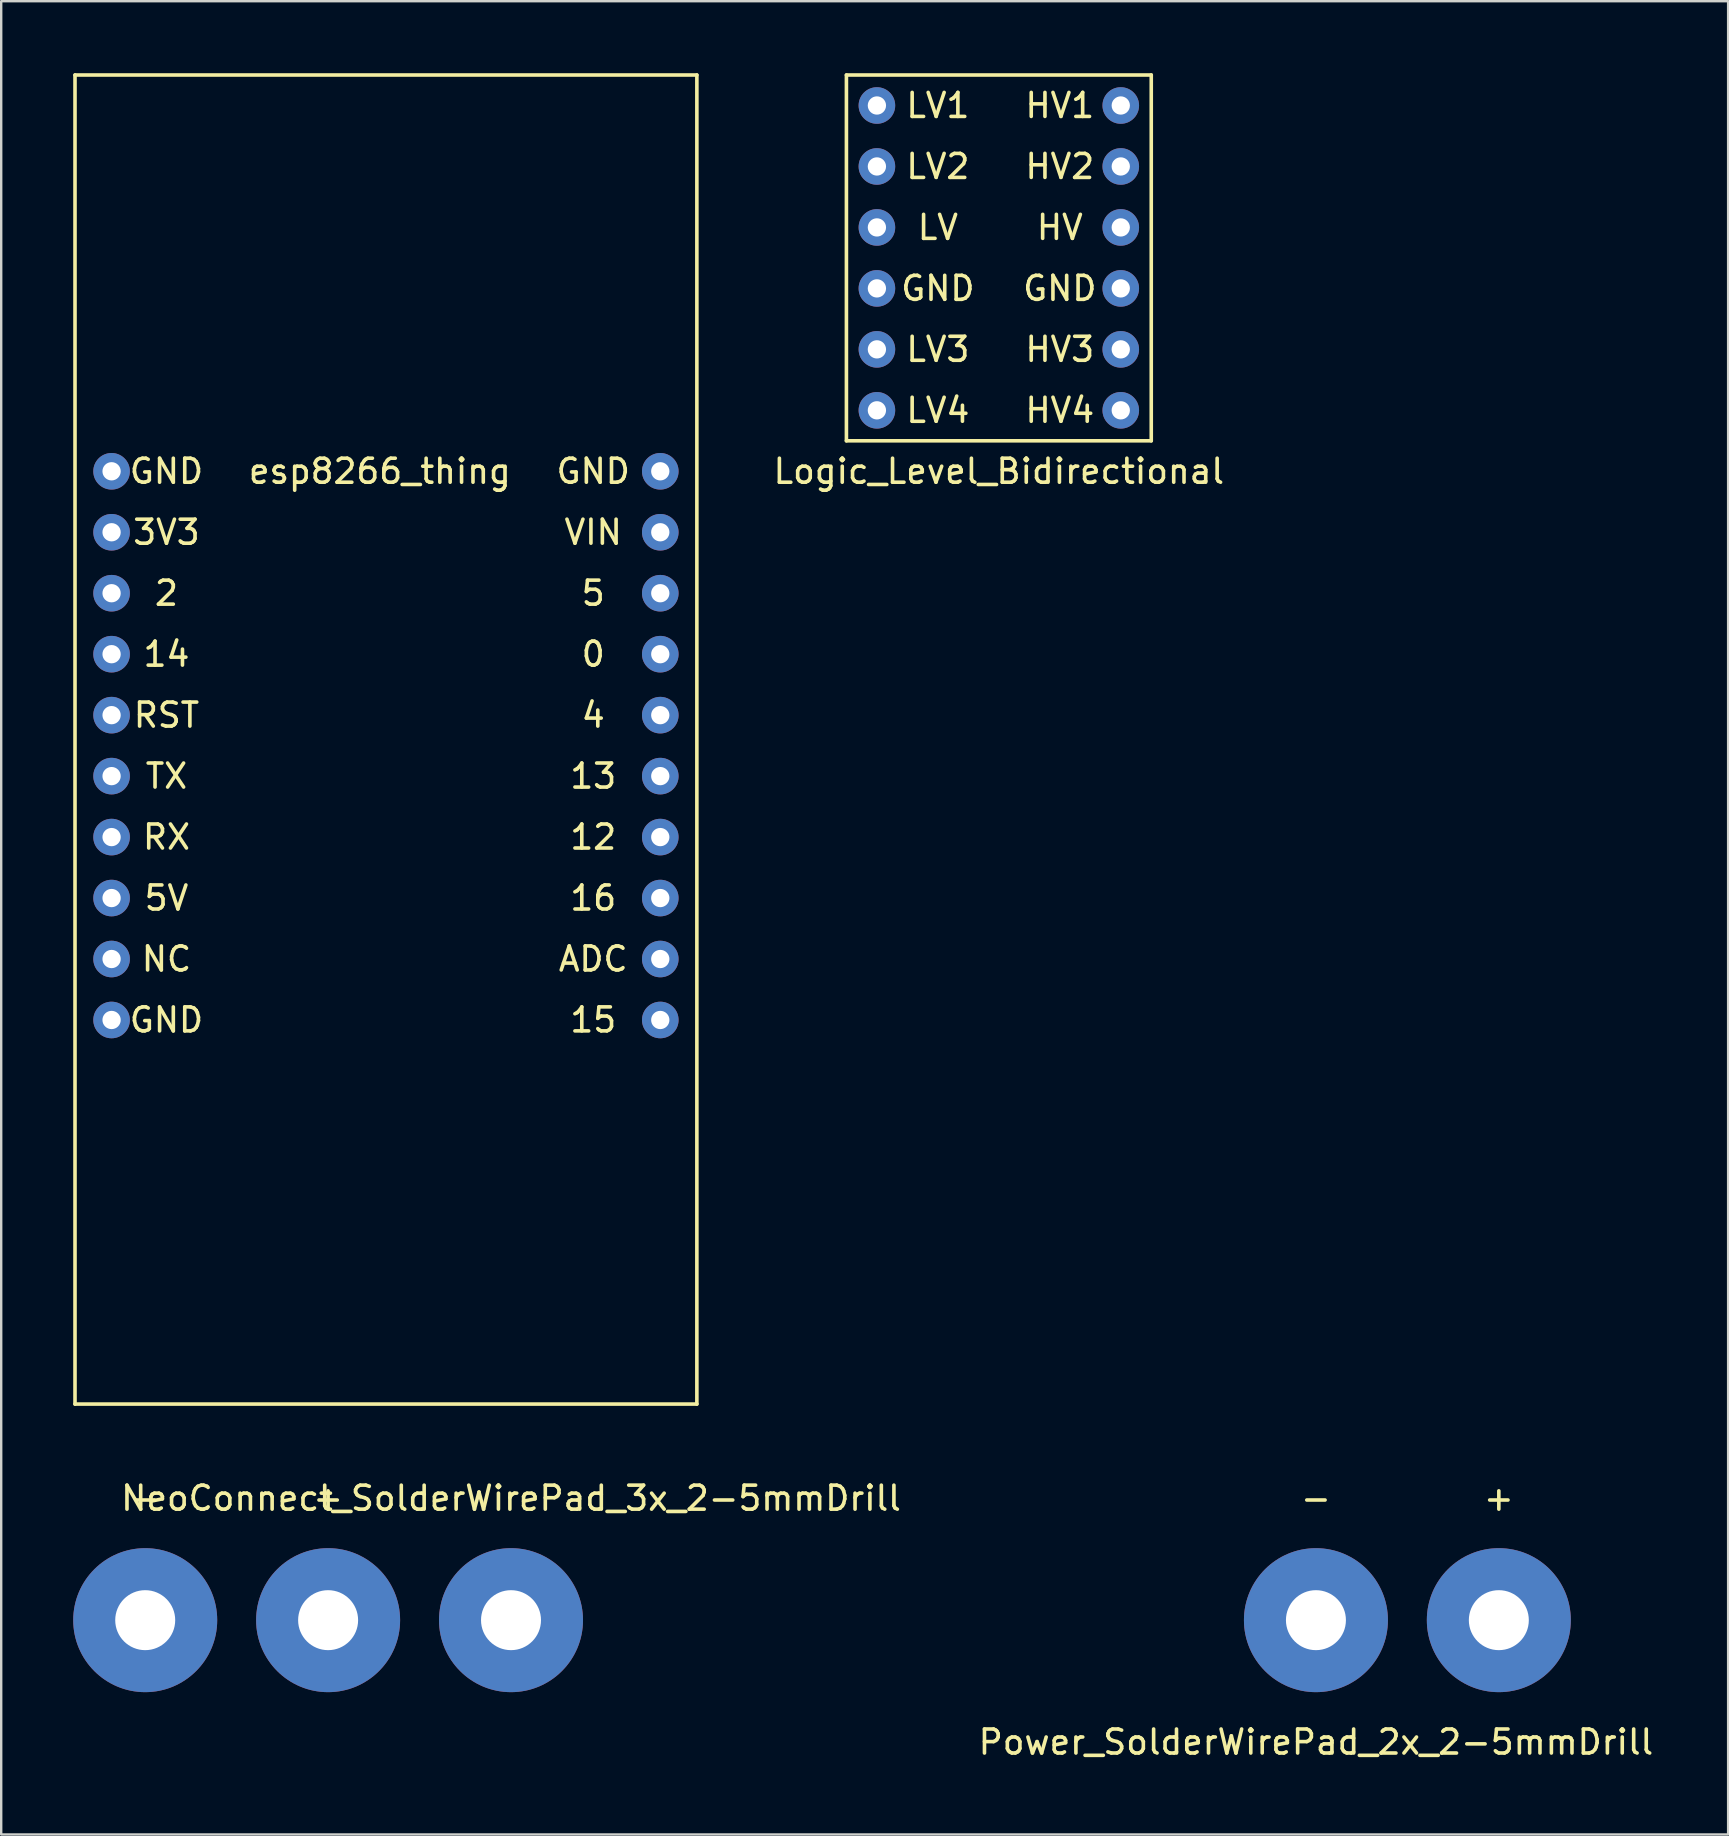
<source format=kicad_pcb>
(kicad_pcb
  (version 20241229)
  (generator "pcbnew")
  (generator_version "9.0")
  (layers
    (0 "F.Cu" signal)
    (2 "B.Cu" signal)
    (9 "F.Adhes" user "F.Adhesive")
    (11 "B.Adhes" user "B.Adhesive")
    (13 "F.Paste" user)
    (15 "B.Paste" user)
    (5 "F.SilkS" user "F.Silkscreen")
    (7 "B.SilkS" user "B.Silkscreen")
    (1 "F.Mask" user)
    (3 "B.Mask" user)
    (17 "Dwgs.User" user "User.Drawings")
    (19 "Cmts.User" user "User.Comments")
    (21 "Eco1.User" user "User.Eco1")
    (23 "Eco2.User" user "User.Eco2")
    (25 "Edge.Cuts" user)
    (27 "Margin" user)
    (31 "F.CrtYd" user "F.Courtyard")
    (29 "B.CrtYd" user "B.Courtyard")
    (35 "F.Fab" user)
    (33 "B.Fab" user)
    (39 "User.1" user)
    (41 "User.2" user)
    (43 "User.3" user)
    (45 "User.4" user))
  (footprint "esp8266_thing"
    (layer "F.Cu")
    (at 1.345 16.585)
    (property "Reference" "esp8266_thing" (at 11.43 0 0) (layer "F.SilkS") (effects (font (size 1 1) (thickness 0.15))))
    (attr through_hole)
    (fp_line (start -1.27 -16.51) (end 24.638 -16.51) (stroke (width 0.15) (type solid)) (layer "F.SilkS"))
    (fp_line (start -1.27 38.862) (end -1.27 -16.51) (stroke (width 0.15) (type solid)) (layer "F.SilkS"))
    (fp_line (start 24.638 -16.51) (end 24.638 38.862) (stroke (width 0.15) (type solid)) (layer "F.SilkS"))
    (fp_line (start 24.638 38.862) (end -1.27 38.862) (stroke (width 0.15) (type solid)) (layer "F.SilkS"))
    (fp_text user "2" (at 2.54 5.08 0) (layer "F.SilkS") (effects (font (size 1 1) (thickness 0.15))))
    (fp_text user "ADC" (at 20.32 20.32 0) (layer "F.SilkS") (effects (font (size 1 1) (thickness 0.15))))
    (fp_text user "0" (at 20.32 7.62 0) (layer "F.SilkS") (effects (font (size 1 1) (thickness 0.15))))
    (fp_text user "GND" (at 20.32 0 0) (layer "F.SilkS") (effects (font (size 1 1) (thickness 0.15))))
    (fp_text user "12" (at 20.32 15.24 0) (layer "F.SilkS") (effects (font (size 1 1) (thickness 0.15))))
    (fp_text user "RST" (at 2.54 10.16 0) (layer "F.SilkS") (effects (font (size 1 1) (thickness 0.15))))
    (fp_text user "RX" (at 2.54 15.24 0) (layer "F.SilkS") (effects (font (size 1 1) (thickness 0.15))))
    (fp_text user "3V3" (at 2.54 2.54 0) (layer "F.SilkS") (effects (font (size 1 1) (thickness 0.15))))
    (fp_text user "4" (at 20.32 10.16 0) (layer "F.SilkS") (effects (font (size 1 1) (thickness 0.15))))
    (fp_text user "VIN" (at 20.32 2.54 0) (layer "F.SilkS") (effects (font (size 1 1) (thickness 0.15))))
    (fp_text user "5V" (at 2.54 17.78 0) (layer "F.SilkS") (effects (font (size 1 1) (thickness 0.15))))
    (fp_text user "TX" (at 2.54 12.7 0) (layer "F.SilkS") (effects (font (size 1 1) (thickness 0.15))))
    (fp_text user "GND" (at 2.54 0 0) (layer "F.SilkS") (effects (font (size 1 1) (thickness 0.15))))
    (fp_text user "13" (at 20.32 12.7 0) (layer "F.SilkS") (effects (font (size 1 1) (thickness 0.15))))
    (fp_text user "14" (at 2.54 7.62 0) (layer "F.SilkS") (effects (font (size 1 1) (thickness 0.15))))
    (fp_text user "16" (at 20.32 17.78 0) (layer "F.SilkS") (effects (font (size 1 1) (thickness 0.15))))
    (fp_text user "5" (at 20.32 5.08 0) (layer "F.SilkS") (effects (font (size 1 1) (thickness 0.15))))
    (fp_text user "15" (at 20.32 22.86 0) (layer "F.SilkS") (effects (font (size 1 1) (thickness 0.15))))
    (fp_text user "NC" (at 2.54 20.32 0) (layer "F.SilkS") (effects (font (size 1 1) (thickness 0.15))))
    (fp_text user "GND" (at 2.54 22.86 0) (layer "F.SilkS") (effects (font (size 1 1) (thickness 0.15))))
    (pad "L1" thru_hole circle (at 0.254 0) (size 1.524 1.524) (drill 0.762) (layers "*.Cu" "*.Mask"))
    (pad "L2" thru_hole circle (at 0.254 2.54) (size 1.524 1.524) (drill 0.762) (layers "*.Cu" "*.Mask"))
    (pad "L3" thru_hole circle (at 0.254 5.08) (size 1.524 1.524) (drill 0.762) (layers "*.Cu" "*.Mask"))
    (pad "L4" thru_hole circle (at 0.254 7.62) (size 1.524 1.524) (drill 0.762) (layers "*.Cu" "*.Mask"))
    (pad "L5" thru_hole circle (at 0.254 10.16) (size 1.524 1.524) (drill 0.762) (layers "*.Cu" "*.Mask"))
    (pad "L6" thru_hole circle (at 0.254 12.7) (size 1.524 1.524) (drill 0.762) (layers "*.Cu" "*.Mask"))
    (pad "L7" thru_hole circle (at 0.254 15.24) (size 1.524 1.524) (drill 0.762) (layers "*.Cu" "*.Mask"))
    (pad "L8" thru_hole circle (at 0.254 17.78) (size 1.524 1.524) (drill 0.762) (layers "*.Cu" "*.Mask"))
    (pad "L9" thru_hole circle (at 0.254 20.32) (size 1.524 1.524) (drill 0.762) (layers "*.Cu" "*.Mask"))
    (pad "L10" thru_hole circle (at 0.254 22.86) (size 1.524 1.524) (drill 0.762) (layers "*.Cu" "*.Mask"))
    (pad "R1" thru_hole circle (at 23.114 0) (size 1.524 1.524) (drill 0.762) (layers "*.Cu" "*.Mask"))
    (pad "R2" thru_hole circle (at 23.114 2.54) (size 1.524 1.524) (drill 0.762) (layers "*.Cu" "*.Mask"))
    (pad "R3" thru_hole circle (at 23.114 5.08) (size 1.524 1.524) (drill 0.762) (layers "*.Cu" "*.Mask"))
    (pad "R4" thru_hole circle (at 23.114 7.62) (size 1.524 1.524) (drill 0.762) (layers "*.Cu" "*.Mask"))
    (pad "R5" thru_hole circle (at 23.114 10.16) (size 1.524 1.524) (drill 0.762) (layers "*.Cu" "*.Mask"))
    (pad "R6" thru_hole circle (at 23.114 12.7) (size 1.524 1.524) (drill 0.762) (layers "*.Cu" "*.Mask"))
    (pad "R7" thru_hole circle (at 23.114 15.24) (size 1.524 1.524) (drill 0.762) (layers "*.Cu" "*.Mask"))
    (pad "R8" thru_hole circle (at 23.114 17.78) (size 1.524 1.524) (drill 0.762) (layers "*.Cu" "*.Mask"))
    (pad "R9" thru_hole circle (at 23.114 20.32) (size 1.524 1.524) (drill 0.762) (layers "*.Cu" "*.Mask"))
    (pad "R10" thru_hole circle (at 23.114 22.86) (size 1.524 1.524) (drill 0.762) (layers "*.Cu" "*.Mask")))
  (footprint "NeoConnect_SolderWirePad_3x_2-5mmDrill"
    (layer "F.Cu")
    (at 10.62 64.45)
    (property "Reference" "NeoConnect_SolderWirePad_3x_2-5mmDrill" (at 7.62 -5.08 0) (layer "F.SilkS") (effects (font (size 1 1) (thickness 0.15))))
    (attr through_hole)
    (fp_text user "-" (at -7.62 -5.08 0) (layer "F.SilkS") (effects (font (size 1 1) (thickness 0.15))))
    (fp_text user "+" (at 0 -5.08 0) (layer "F.SilkS") (effects (font (size 1 1) (thickness 0.15))))
    (pad "1" thru_hole circle (at -7.62 0) (size 5.999 5.999) (drill 2.499) (layers "*.Cu" "*.Mask"))
    (pad "2" thru_hole circle (at 0 0) (size 5.999 5.999) (drill 2.499) (layers "*.Cu" "*.Mask"))
    (pad "3" thru_hole circle (at 7.62 0) (size 5.999 5.999) (drill 2.499) (layers "*.Cu" "*.Mask")))
  (footprint "Power_SolderWirePad_2x_2-5mmDrill"
    (layer "F.Cu")
    (at 59.395 64.45)
    (property "Reference" "Power_SolderWirePad_2x_2-5mmDrill" (at -7.62 5.08 0) (layer "F.SilkS") (effects (font (size 1 1) (thickness 0.15))))
    (attr through_hole)
    (fp_text user "+" (at 0 -5.08 0) (layer "F.SilkS") (effects (font (size 1 1) (thickness 0.15))))
    (fp_text user "-" (at -7.62 -5.08 0) (layer "F.SilkS") (effects (font (size 1 1) (thickness 0.15))))
    (pad "1" thru_hole circle (at -7.62 0) (size 5.999 5.999) (drill 2.499) (layers "*.Cu" "*.Mask"))
    (pad "2" thru_hole circle (at 0 0) (size 5.999 5.999) (drill 2.499) (layers "*.Cu" "*.Mask")))
  (footprint "Logic_Level_Bidirectional"
    (layer "F.Cu")
    (at 33.484 1.345)
    (property "Reference" "Logic_Level_Bidirectional" (at 5.08 15.24 0) (layer "F.SilkS") (effects (font (size 1 1) (thickness 0.15))))
    (attr through_hole)
    (fp_line (start -1.27 -1.27) (end 11.43 -1.27) (stroke (width 0.15) (type solid)) (layer "F.SilkS"))
    (fp_line (start -1.27 13.97) (end -1.27 -1.27) (stroke (width 0.15) (type solid)) (layer "F.SilkS"))
    (fp_line (start 11.43 -1.27) (end 11.43 13.97) (stroke (width 0.15) (type solid)) (layer "F.SilkS"))
    (fp_line (start 11.43 13.97) (end -1.27 13.97) (stroke (width 0.15) (type solid)) (layer "F.SilkS"))
    (fp_text user "LV" (at 2.54 5.08 0) (layer "F.SilkS") (effects (font (size 1 1) (thickness 0.15))))
    (fp_text user "GND" (at 7.62 7.62 0) (layer "F.SilkS") (effects (font (size 1 1) (thickness 0.15))))
    (fp_text user "GND" (at 2.54 7.62 0) (layer "F.SilkS") (effects (font (size 1 1) (thickness 0.15))))
    (fp_text user "LV3" (at 2.54 10.16 0) (layer "F.SilkS") (effects (font (size 1 1) (thickness 0.15))))
    (fp_text user "LV2" (at 2.54 2.54 0) (layer "F.SilkS") (effects (font (size 1 1) (thickness 0.15))))
    (fp_text user "HV3" (at 7.62 10.16 0) (layer "F.SilkS") (effects (font (size 1 1) (thickness 0.15))))
    (fp_text user "HV" (at 7.62 5.08 0) (layer "F.SilkS") (effects (font (size 1 1) (thickness 0.15))))
    (fp_text user "HV1" (at 7.62 0 0) (layer "F.SilkS") (effects (font (size 1 1) (thickness 0.15))))
    (fp_text user "HV4" (at 7.62 12.7 0) (layer "F.SilkS") (effects (font (size 1 1) (thickness 0.15))))
    (fp_text user "HV2" (at 7.62 2.54 0) (layer "F.SilkS") (effects (font (size 1 1) (thickness 0.15))))
    (fp_text user "LV4" (at 2.54 12.7 0) (layer "F.SilkS") (effects (font (size 1 1) (thickness 0.15))))
    (fp_text user "LV1" (at 2.54 0 0) (layer "F.SilkS") (effects (font (size 1 1) (thickness 0.15))))
    (pad "L1" thru_hole circle (at 0 0) (size 1.524 1.524) (drill 0.762) (layers "*.Cu" "*.Mask"))
    (pad "L2" thru_hole circle (at 0 2.54) (size 1.524 1.524) (drill 0.762) (layers "*.Cu" "*.Mask"))
    (pad "L3" thru_hole circle (at 0 5.08) (size 1.524 1.524) (drill 0.762) (layers "*.Cu" "*.Mask"))
    (pad "L4" thru_hole circle (at 0 7.62) (size 1.524 1.524) (drill 0.762) (layers "*.Cu" "*.Mask"))
    (pad "L5" thru_hole circle (at 0 10.16) (size 1.524 1.524) (drill 0.762) (layers "*.Cu" "*.Mask"))
    (pad "L6" thru_hole circle (at 0 12.7) (size 1.524 1.524) (drill 0.762) (layers "*.Cu" "*.Mask"))
    (pad "R1" thru_hole circle (at 10.16 0) (size 1.524 1.524) (drill 0.762) (layers "*.Cu" "*.Mask"))
    (pad "R2" thru_hole circle (at 10.16 2.54) (size 1.524 1.524) (drill 0.762) (layers "*.Cu" "*.Mask"))
    (pad "R3" thru_hole circle (at 10.16 5.08) (size 1.524 1.524) (drill 0.762) (layers "*.Cu" "*.Mask"))
    (pad "R4" thru_hole circle (at 10.16 7.62) (size 1.524 1.524) (drill 0.762) (layers "*.Cu" "*.Mask"))
    (pad "R5" thru_hole circle (at 10.16 10.16) (size 1.524 1.524) (drill 0.762) (layers "*.Cu" "*.Mask"))
    (pad "R6" thru_hole circle (at 10.16 12.7) (size 1.524 1.524) (drill 0.762) (layers "*.Cu" "*.Mask")))
  (gr_rect
    (start -3 -3)
    (end 68.948 73.379)
    (stroke (width 0.1) (type default))
    (fill no)
    (layer "Edge.Cuts")))
</source>
